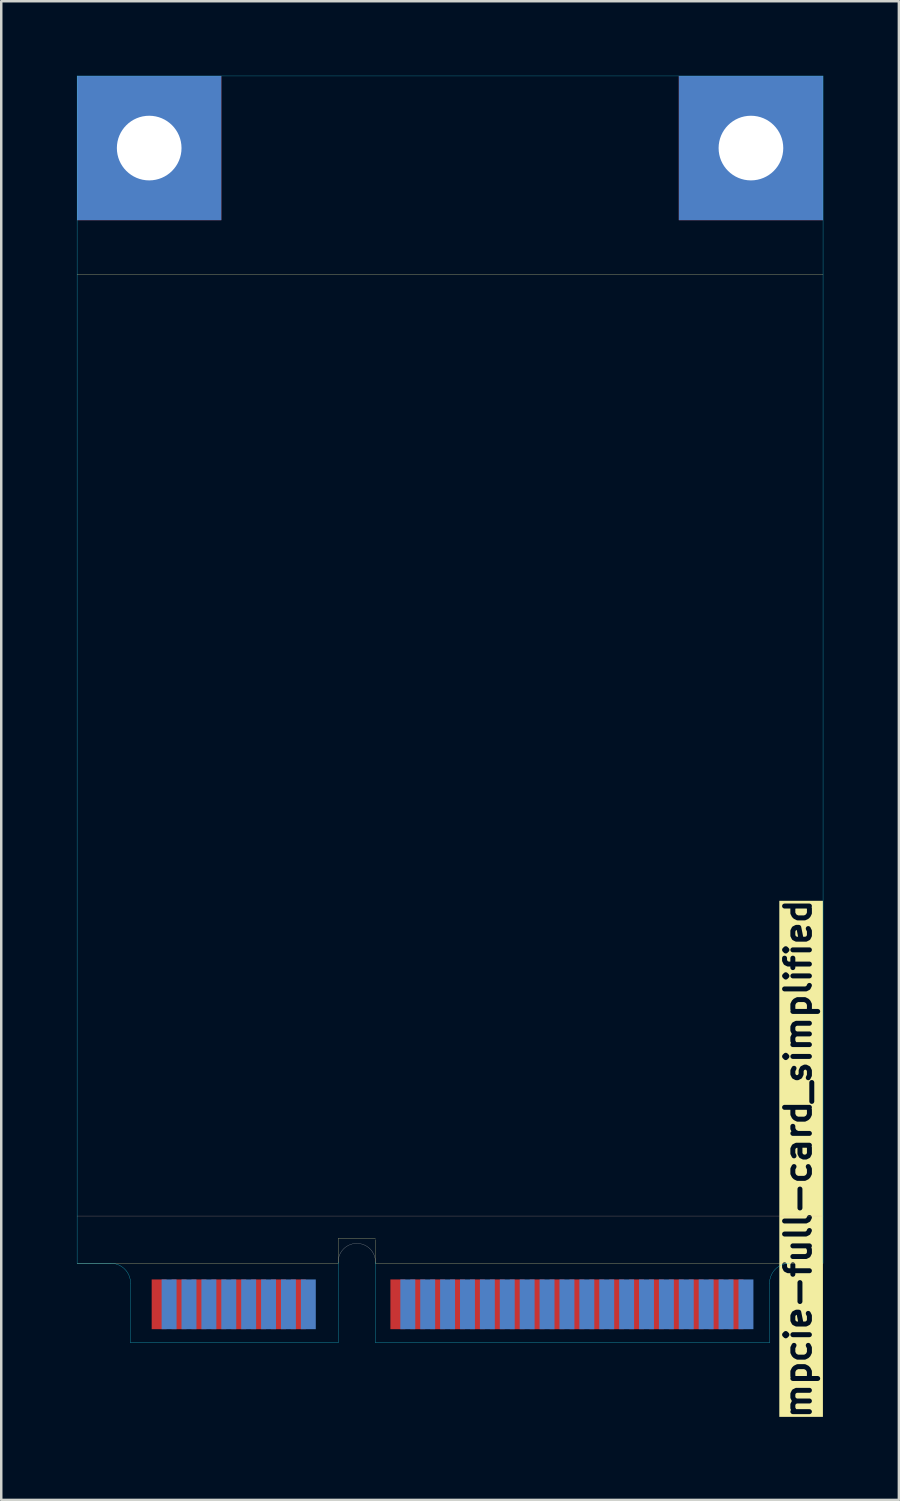
<source format=kicad_pcb>
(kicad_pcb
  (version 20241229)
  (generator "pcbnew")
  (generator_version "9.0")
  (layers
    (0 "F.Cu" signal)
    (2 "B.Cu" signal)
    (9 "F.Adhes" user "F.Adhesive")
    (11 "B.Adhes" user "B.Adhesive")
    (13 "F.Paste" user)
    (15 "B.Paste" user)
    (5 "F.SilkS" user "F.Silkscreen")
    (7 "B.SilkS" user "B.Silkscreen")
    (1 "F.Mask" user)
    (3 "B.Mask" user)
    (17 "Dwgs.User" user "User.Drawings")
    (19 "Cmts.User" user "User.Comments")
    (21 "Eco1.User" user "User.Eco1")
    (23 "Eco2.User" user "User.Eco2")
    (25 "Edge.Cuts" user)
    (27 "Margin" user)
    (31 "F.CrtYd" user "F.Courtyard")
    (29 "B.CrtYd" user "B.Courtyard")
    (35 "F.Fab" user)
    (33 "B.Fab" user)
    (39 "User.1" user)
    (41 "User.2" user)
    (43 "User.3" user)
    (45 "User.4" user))
  (footprint "mpcie-full-card_simplified"
    (layer "F.Cu")
    (at 15.05 50.955)
    (property "Reference" "mpcie-full-card_simplified" (at 14 -7.4 90) (layer "F.SilkS" knockout) (effects (font (size 1 1) (thickness 0.2) (bold yes))))
    (attr through_hole)
    (fp_rect (start -15 -3.2) (end 15 0) (stroke (width 0.1) (type solid)) (fill yes) (layer "F.Mask"))
    (fp_rect (start -15 -3.2) (end 15 0) (stroke (width 0.1) (type solid)) (fill yes) (layer "B.Mask"))
    (fp_line (start -15 -3.2) (end -4.5 -3.2) (stroke (width 0.01) (type solid)) (layer "F.SilkS"))
    (fp_line (start -4.5 -4.2) (end -3 -4.2) (stroke (width 0.01) (type solid)) (layer "F.SilkS"))
    (fp_line (start -4.5 -3.2) (end -4.5 -4.2) (stroke (width 0.01) (type solid)) (layer "F.SilkS"))
    (fp_line (start -3 -4.15) (end -3 -3.2) (stroke (width 0.01) (type solid)) (layer "F.SilkS"))
    (fp_line (start -3 -3.2) (end 15 -3.2) (stroke (width 0.01) (type solid)) (layer "F.SilkS"))
    (fp_line (start 15 -42.95) (end -15 -42.95) (stroke (width 0.01) (type solid)) (layer "F.SilkS"))
    (fp_line (start -15 -5.1) (end 15 -5.1) (stroke (width 0.01) (type solid)) (layer "B.SilkS"))
    (fp_line (start -3.75 -4.5) (end -3.75 -0.15) (stroke (width 0.01) (type solid)) (layer "Eco1.User"))
    (fp_line (start 0 0) (end 0 -50.95) (stroke (width 0.01) (type solid)) (layer "Eco1.User"))
    (fp_line (start 15 -3.2) (end 13.65 -3.2) (stroke (width 0.01) (type solid)) (layer "Eco2.User"))
    (fp_line (start -15 -50.95) (end -15 -3.2) (stroke (width 0.01) (type solid)) (layer "B.CrtYd"))
    (fp_line (start -13.65 -3.2) (end -15 -3.2) (stroke (width 0.01) (type solid)) (layer "B.CrtYd"))
    (fp_line (start -12.85 0) (end -12.85 -2.4) (stroke (width 0.01) (type solid)) (layer "B.CrtYd"))
    (fp_line (start -4.5 0) (end -12.85 0) (stroke (width 0.01) (type solid)) (layer "B.CrtYd"))
    (fp_line (start -4.5 0) (end -4.5 -3.25) (stroke (width 0.01) (type solid)) (layer "B.CrtYd"))
    (fp_line (start -3 0) (end -3 -3.25) (stroke (width 0.01) (type solid)) (layer "B.CrtYd"))
    (fp_line (start -3 0) (end 12.85 0) (stroke (width 0.01) (type solid)) (layer "B.CrtYd"))
    (fp_line (start 12.85 0) (end 12.85 -2.4) (stroke (width 0.01) (type solid)) (layer "B.CrtYd"))
    (fp_line (start 15 -50.95) (end -15 -50.95) (stroke (width 0.01) (type solid)) (layer "B.CrtYd"))
    (fp_line (start 15 -3.2) (end 15 -50.95) (stroke (width 0.01) (type solid)) (layer "B.CrtYd"))
    (fp_arc (start -13.65 -3.2) (mid -13.084315 -2.965685) (end -12.85 -2.4) (stroke (width 0.01) (type solid)) (layer "B.CrtYd"))
    (fp_arc (start 12.85 -2.4) (mid 13.084315 -2.965685) (end 13.65 -3.2) (stroke (width 0.01) (type solid)) (layer "B.CrtYd"))
    (fp_arc (start -4.5 -3.25) (mid -3.75 -4) (end -3 -3.25) (stroke (width 0.01) (type solid)) (layer "F.Fab"))
    (pad "1" smd rect (at -11.7 -1.55) (size 0.6 2) (layers "F.Cu" "F.Mask"))
    (pad "2" smd rect (at -11.3 -1.55) (size 0.6 2) (layers "B.Cu" "B.Mask"))
    (pad "3" smd rect (at -10.9 -1.55) (size 0.6 2) (layers "F.Cu" "F.Mask"))
    (pad "4" smd rect (at -10.5 -1.55) (size 0.6 2) (layers "B.Cu" "B.Mask"))
    (pad "5" smd rect (at -10.1 -1.55) (size 0.6 2) (layers "F.Cu" "F.Mask"))
    (pad "6" smd rect (at -9.7 -1.55) (size 0.6 2) (layers "B.Cu" "B.Mask"))
    (pad "7" smd rect (at -9.3 -1.55) (size 0.6 2) (layers "F.Cu" "F.Mask"))
    (pad "8" smd rect (at -8.9 -1.55) (size 0.6 2) (layers "B.Cu" "B.Mask"))
    (pad "9" smd rect (at -8.5 -1.55) (size 0.6 2) (layers "F.Cu" "F.Mask"))
    (pad "10" smd rect (at -8.1 -1.55) (size 0.6 2) (layers "B.Cu" "B.Mask"))
    (pad "11" smd rect (at -7.7 -1.55) (size 0.6 2) (layers "F.Cu" "F.Mask"))
    (pad "12" smd rect (at -7.3 -1.55) (size 0.6 2) (layers "B.Cu" "B.Mask"))
    (pad "13" smd rect (at -6.9 -1.55) (size 0.6 2) (layers "F.Cu" "F.Mask"))
    (pad "14" smd rect (at -6.5 -1.55) (size 0.6 2) (layers "B.Cu" "B.Mask"))
    (pad "15" smd rect (at -6.1 -1.55) (size 0.6 2) (layers "F.Cu" "F.Mask"))
    (pad "16" smd rect (at -5.7 -1.55) (size 0.6 2) (layers "B.Cu" "B.Mask"))
    (pad "17" smd rect (at -2.1 -1.55) (size 0.6 2) (layers "F.Cu" "F.Mask"))
    (pad "18" smd rect (at -1.7 -1.55) (size 0.6 2) (layers "B.Cu" "B.Mask"))
    (pad "19" smd rect (at -1.3 -1.55) (size 0.6 2) (layers "F.Cu" "F.Mask"))
    (pad "20" smd rect (at -0.9 -1.55) (size 0.6 2) (layers "B.Cu" "B.Mask"))
    (pad "21" smd rect (at -0.5 -1.55) (size 0.6 2) (layers "F.Cu" "F.Mask"))
    (pad "22" smd rect (at -0.1 -1.55) (size 0.6 2) (layers "B.Cu" "B.Mask"))
    (pad "23" smd rect (at 0.3 -1.55) (size 0.6 2) (layers "F.Cu" "F.Mask"))
    (pad "24" smd rect (at 0.7 -1.55) (size 0.6 2) (layers "B.Cu" "B.Mask"))
    (pad "25" smd rect (at 1.1 -1.55) (size 0.6 2) (layers "F.Cu" "F.Mask"))
    (pad "26" smd rect (at 1.5 -1.55) (size 0.6 2) (layers "B.Cu" "B.Mask"))
    (pad "27" smd rect (at 1.9 -1.55) (size 0.6 2) (layers "F.Cu" "F.Mask"))
    (pad "28" smd rect (at 2.3 -1.55) (size 0.6 2) (layers "B.Cu" "B.Mask"))
    (pad "29" smd rect (at 2.7 -1.55) (size 0.6 2) (layers "F.Cu" "F.Mask"))
    (pad "30" smd rect (at 3.1 -1.55) (size 0.6 2) (layers "B.Cu" "B.Mask"))
    (pad "31" smd rect (at 3.5 -1.55) (size 0.6 2) (layers "F.Cu" "F.Mask"))
    (pad "32" smd rect (at 3.9 -1.55) (size 0.6 2) (layers "B.Cu" "B.Mask"))
    (pad "33" smd rect (at 4.3 -1.55) (size 0.6 2) (layers "F.Cu" "F.Mask"))
    (pad "34" smd rect (at 4.7 -1.55) (size 0.6 2) (layers "B.Cu" "B.Mask"))
    (pad "35" smd rect (at 5.1 -1.55) (size 0.6 2) (layers "F.Cu" "F.Mask"))
    (pad "36" smd rect (at 5.5 -1.55) (size 0.6 2) (layers "B.Cu" "B.Mask"))
    (pad "37" smd rect (at 5.9 -1.55) (size 0.6 2) (layers "F.Cu" "F.Mask"))
    (pad "38" smd rect (at 6.3 -1.55) (size 0.6 2) (layers "B.Cu" "B.Mask"))
    (pad "39" smd rect (at 6.7 -1.55) (size 0.6 2) (layers "F.Cu" "F.Mask"))
    (pad "40" smd rect (at 7.1 -1.55) (size 0.6 2) (layers "B.Cu" "B.Mask"))
    (pad "41" smd rect (at 7.5 -1.55) (size 0.6 2) (layers "F.Cu" "F.Mask"))
    (pad "42" smd rect (at 7.9 -1.55) (size 0.6 2) (layers "B.Cu" "B.Mask"))
    (pad "43" smd rect (at 8.3 -1.55) (size 0.6 2) (layers "F.Cu" "F.Mask"))
    (pad "44" smd rect (at 8.7 -1.55) (size 0.6 2) (layers "B.Cu" "B.Mask"))
    (pad "45" smd rect (at 9.1 -1.55) (size 0.6 2) (layers "F.Cu" "F.Mask"))
    (pad "46" smd rect (at 9.5 -1.55) (size 0.6 2) (layers "B.Cu" "B.Mask"))
    (pad "47" smd rect (at 9.9 -1.55) (size 0.6 2) (layers "F.Cu" "F.Mask"))
    (pad "48" smd rect (at 10.3 -1.55) (size 0.6 2) (layers "B.Cu" "B.Mask"))
    (pad "49" smd rect (at 10.7 -1.55) (size 0.6 2) (layers "F.Cu" "F.Mask"))
    (pad "50" smd rect (at 11.1 -1.55) (size 0.6 2) (layers "B.Cu" "B.Mask"))
    (pad "51" smd rect (at 11.5 -1.55) (size 0.6 2) (layers "F.Cu" "F.Mask"))
    (pad "52" smd rect (at 11.9 -1.55) (size 0.6 2) (layers "B.Cu" "B.Mask"))
    (pad "MP1" thru_hole rect (at -12.1 -48.05) (size 5.8 5.8) (drill 2.6) (layers "*.Cu" "*.Mask"))
    (pad "MP1" thru_hole rect (at 12.1 -48.05) (size 5.8 5.8) (drill 2.6) (layers "*.Cu" "*.Mask")))
  (gr_rect
    (start -3 -3)
    (end 33.1 57.271)
    (stroke (width 0.1) (type default))
    (fill no)
    (layer "Edge.Cuts")))
</source>
